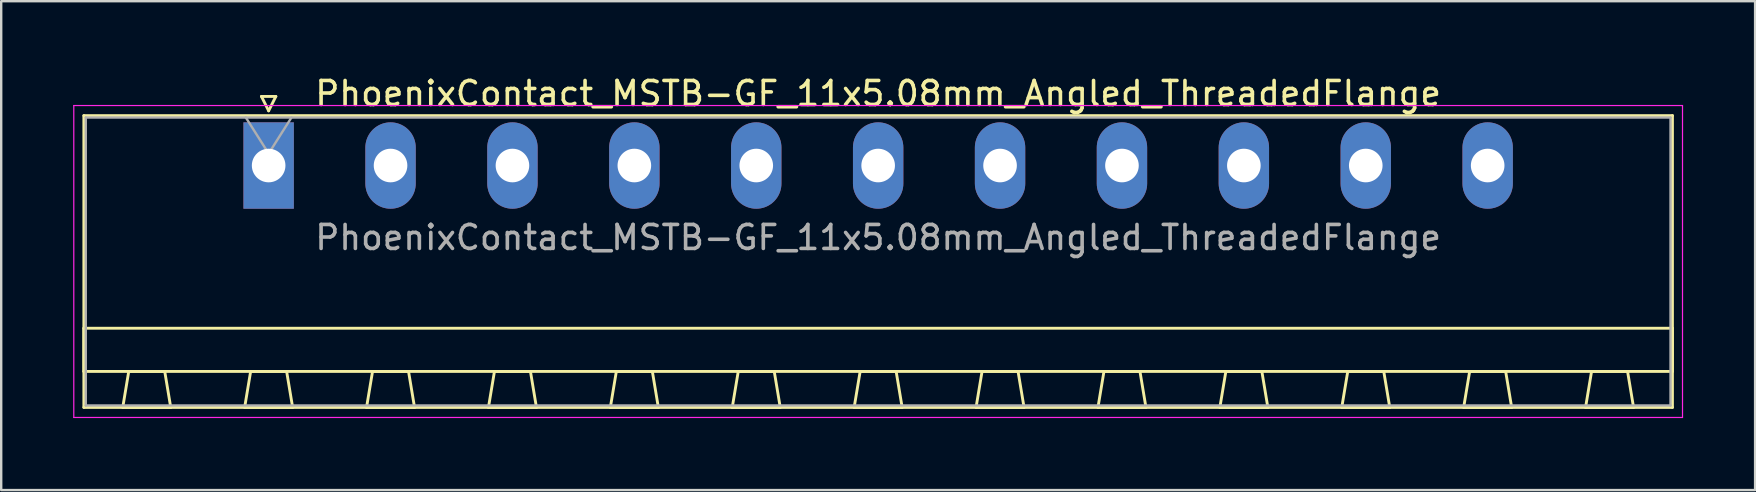
<source format=kicad_pcb>
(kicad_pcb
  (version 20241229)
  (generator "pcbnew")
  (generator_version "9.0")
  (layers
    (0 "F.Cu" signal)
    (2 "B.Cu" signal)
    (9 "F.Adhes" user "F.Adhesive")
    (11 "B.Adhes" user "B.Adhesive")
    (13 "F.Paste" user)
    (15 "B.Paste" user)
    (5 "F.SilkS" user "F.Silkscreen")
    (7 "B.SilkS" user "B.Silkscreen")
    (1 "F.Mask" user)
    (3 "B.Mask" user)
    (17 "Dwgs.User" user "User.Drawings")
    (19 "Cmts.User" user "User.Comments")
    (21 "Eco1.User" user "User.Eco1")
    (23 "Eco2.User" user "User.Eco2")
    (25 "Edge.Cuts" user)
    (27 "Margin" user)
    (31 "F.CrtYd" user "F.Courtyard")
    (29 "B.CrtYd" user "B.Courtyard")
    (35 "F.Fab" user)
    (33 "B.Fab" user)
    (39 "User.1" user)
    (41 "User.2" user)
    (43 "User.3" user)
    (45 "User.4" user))
  (footprint "PhoenixContact_MSTB-GF_11x5.08mm_Angled_ThreadedFlange"
    (layer "F.Cu")
    (at 8.145 3.848)
    (property "Reference" "PhoenixContact_MSTB-GF_11x5.08mm_Angled_ThreadedFlange" (at 25.4 -3 0) (layer "F.SilkS") (effects (font (size 1 1) (thickness 0.15))))
    (attr through_hole)
    (fp_line (start -7.7 -2.08) (end -7.7 10.08) (stroke (width 0.12) (type solid)) (layer "F.SilkS"))
    (fp_line (start -7.7 6.78) (end 58.5 6.78) (stroke (width 0.12) (type solid)) (layer "F.SilkS"))
    (fp_line (start -7.7 8.58) (end -7.7 6.78) (stroke (width 0.12) (type solid)) (layer "F.SilkS"))
    (fp_line (start -7.7 10.08) (end 58.5 10.08) (stroke (width 0.12) (type solid)) (layer "F.SilkS"))
    (fp_line (start -6.08 10.08) (end -4.08 10.08) (stroke (width 0.12) (type solid)) (layer "F.SilkS"))
    (fp_line (start -5.83 8.58) (end -6.08 10.08) (stroke (width 0.12) (type solid)) (layer "F.SilkS"))
    (fp_line (start -4.33 8.58) (end -5.83 8.58) (stroke (width 0.12) (type solid)) (layer "F.SilkS"))
    (fp_line (start -4.08 10.08) (end -4.33 8.58) (stroke (width 0.12) (type solid)) (layer "F.SilkS"))
    (fp_line (start -1 10.08) (end 1 10.08) (stroke (width 0.12) (type solid)) (layer "F.SilkS"))
    (fp_line (start -0.75 8.58) (end -1 10.08) (stroke (width 0.12) (type solid)) (layer "F.SilkS"))
    (fp_line (start -0.3 -2.88) (end 0.3 -2.88) (stroke (width 0.12) (type solid)) (layer "F.SilkS"))
    (fp_line (start 0 -2.28) (end -0.3 -2.88) (stroke (width 0.12) (type solid)) (layer "F.SilkS"))
    (fp_line (start 0.3 -2.88) (end 0 -2.28) (stroke (width 0.12) (type solid)) (layer "F.SilkS"))
    (fp_line (start 0.75 8.58) (end -0.75 8.58) (stroke (width 0.12) (type solid)) (layer "F.SilkS"))
    (fp_line (start 1 10.08) (end 0.75 8.58) (stroke (width 0.12) (type solid)) (layer "F.SilkS"))
    (fp_line (start 4.08 10.08) (end 6.08 10.08) (stroke (width 0.12) (type solid)) (layer "F.SilkS"))
    (fp_line (start 4.33 8.58) (end 4.08 10.08) (stroke (width 0.12) (type solid)) (layer "F.SilkS"))
    (fp_line (start 5.83 8.58) (end 4.33 8.58) (stroke (width 0.12) (type solid)) (layer "F.SilkS"))
    (fp_line (start 6.08 10.08) (end 5.83 8.58) (stroke (width 0.12) (type solid)) (layer "F.SilkS"))
    (fp_line (start 9.16 10.08) (end 11.16 10.08) (stroke (width 0.12) (type solid)) (layer "F.SilkS"))
    (fp_line (start 9.41 8.58) (end 9.16 10.08) (stroke (width 0.12) (type solid)) (layer "F.SilkS"))
    (fp_line (start 10.91 8.58) (end 9.41 8.58) (stroke (width 0.12) (type solid)) (layer "F.SilkS"))
    (fp_line (start 11.16 10.08) (end 10.91 8.58) (stroke (width 0.12) (type solid)) (layer "F.SilkS"))
    (fp_line (start 14.24 10.08) (end 16.24 10.08) (stroke (width 0.12) (type solid)) (layer "F.SilkS"))
    (fp_line (start 14.49 8.58) (end 14.24 10.08) (stroke (width 0.12) (type solid)) (layer "F.SilkS"))
    (fp_line (start 15.99 8.58) (end 14.49 8.58) (stroke (width 0.12) (type solid)) (layer "F.SilkS"))
    (fp_line (start 16.24 10.08) (end 15.99 8.58) (stroke (width 0.12) (type solid)) (layer "F.SilkS"))
    (fp_line (start 19.32 10.08) (end 21.32 10.08) (stroke (width 0.12) (type solid)) (layer "F.SilkS"))
    (fp_line (start 19.57 8.58) (end 19.32 10.08) (stroke (width 0.12) (type solid)) (layer "F.SilkS"))
    (fp_line (start 21.07 8.58) (end 19.57 8.58) (stroke (width 0.12) (type solid)) (layer "F.SilkS"))
    (fp_line (start 21.32 10.08) (end 21.07 8.58) (stroke (width 0.12) (type solid)) (layer "F.SilkS"))
    (fp_line (start 24.4 10.08) (end 26.4 10.08) (stroke (width 0.12) (type solid)) (layer "F.SilkS"))
    (fp_line (start 24.65 8.58) (end 24.4 10.08) (stroke (width 0.12) (type solid)) (layer "F.SilkS"))
    (fp_line (start 26.15 8.58) (end 24.65 8.58) (stroke (width 0.12) (type solid)) (layer "F.SilkS"))
    (fp_line (start 26.4 10.08) (end 26.15 8.58) (stroke (width 0.12) (type solid)) (layer "F.SilkS"))
    (fp_line (start 29.48 10.08) (end 31.48 10.08) (stroke (width 0.12) (type solid)) (layer "F.SilkS"))
    (fp_line (start 29.73 8.58) (end 29.48 10.08) (stroke (width 0.12) (type solid)) (layer "F.SilkS"))
    (fp_line (start 31.23 8.58) (end 29.73 8.58) (stroke (width 0.12) (type solid)) (layer "F.SilkS"))
    (fp_line (start 31.48 10.08) (end 31.23 8.58) (stroke (width 0.12) (type solid)) (layer "F.SilkS"))
    (fp_line (start 34.56 10.08) (end 36.56 10.08) (stroke (width 0.12) (type solid)) (layer "F.SilkS"))
    (fp_line (start 34.81 8.58) (end 34.56 10.08) (stroke (width 0.12) (type solid)) (layer "F.SilkS"))
    (fp_line (start 36.31 8.58) (end 34.81 8.58) (stroke (width 0.12) (type solid)) (layer "F.SilkS"))
    (fp_line (start 36.56 10.08) (end 36.31 8.58) (stroke (width 0.12) (type solid)) (layer "F.SilkS"))
    (fp_line (start 39.64 10.08) (end 41.64 10.08) (stroke (width 0.12) (type solid)) (layer "F.SilkS"))
    (fp_line (start 39.89 8.58) (end 39.64 10.08) (stroke (width 0.12) (type solid)) (layer "F.SilkS"))
    (fp_line (start 41.39 8.58) (end 39.89 8.58) (stroke (width 0.12) (type solid)) (layer "F.SilkS"))
    (fp_line (start 41.64 10.08) (end 41.39 8.58) (stroke (width 0.12) (type solid)) (layer "F.SilkS"))
    (fp_line (start 44.72 10.08) (end 46.72 10.08) (stroke (width 0.12) (type solid)) (layer "F.SilkS"))
    (fp_line (start 44.97 8.58) (end 44.72 10.08) (stroke (width 0.12) (type solid)) (layer "F.SilkS"))
    (fp_line (start 46.47 8.58) (end 44.97 8.58) (stroke (width 0.12) (type solid)) (layer "F.SilkS"))
    (fp_line (start 46.72 10.08) (end 46.47 8.58) (stroke (width 0.12) (type solid)) (layer "F.SilkS"))
    (fp_line (start 49.8 10.08) (end 51.8 10.08) (stroke (width 0.12) (type solid)) (layer "F.SilkS"))
    (fp_line (start 50.05 8.58) (end 49.8 10.08) (stroke (width 0.12) (type solid)) (layer "F.SilkS"))
    (fp_line (start 51.55 8.58) (end 50.05 8.58) (stroke (width 0.12) (type solid)) (layer "F.SilkS"))
    (fp_line (start 51.8 10.08) (end 51.55 8.58) (stroke (width 0.12) (type solid)) (layer "F.SilkS"))
    (fp_line (start 54.88 10.08) (end 56.88 10.08) (stroke (width 0.12) (type solid)) (layer "F.SilkS"))
    (fp_line (start 55.13 8.58) (end 54.88 10.08) (stroke (width 0.12) (type solid)) (layer "F.SilkS"))
    (fp_line (start 56.63 8.58) (end 55.13 8.58) (stroke (width 0.12) (type solid)) (layer "F.SilkS"))
    (fp_line (start 56.88 10.08) (end 56.63 8.58) (stroke (width 0.12) (type solid)) (layer "F.SilkS"))
    (fp_line (start 58.5 -2.08) (end -7.7 -2.08) (stroke (width 0.12) (type solid)) (layer "F.SilkS"))
    (fp_line (start 58.5 6.78) (end 58.5 8.58) (stroke (width 0.12) (type solid)) (layer "F.SilkS"))
    (fp_line (start 58.5 8.58) (end -7.7 8.58) (stroke (width 0.12) (type solid)) (layer "F.SilkS"))
    (fp_line (start 58.5 10.08) (end 58.5 -2.08) (stroke (width 0.12) (type solid)) (layer "F.SilkS"))
    (fp_line (start -8.12 -2.5) (end -8.12 10.5) (stroke (width 0.05) (type solid)) (layer "F.CrtYd"))
    (fp_line (start -8.12 10.5) (end 58.92 10.5) (stroke (width 0.05) (type solid)) (layer "F.CrtYd"))
    (fp_line (start 58.92 -2.5) (end -8.12 -2.5) (stroke (width 0.05) (type solid)) (layer "F.CrtYd"))
    (fp_line (start 58.92 10.5) (end 58.92 -2.5) (stroke (width 0.05) (type solid)) (layer "F.CrtYd"))
    (fp_line (start -7.62 -2) (end -7.62 10) (stroke (width 0.1) (type solid)) (layer "F.Fab"))
    (fp_line (start -7.62 10) (end 58.42 10) (stroke (width 0.1) (type solid)) (layer "F.Fab"))
    (fp_line (start 0 -0.5) (end -0.95 -2) (stroke (width 0.1) (type solid)) (layer "F.Fab"))
    (fp_line (start 0.95 -2) (end 0 -0.5) (stroke (width 0.1) (type solid)) (layer "F.Fab"))
    (fp_line (start 58.42 -2) (end -7.62 -2) (stroke (width 0.1) (type solid)) (layer "F.Fab"))
    (fp_line (start 58.42 10) (end 58.42 -2) (stroke (width 0.1) (type solid)) (layer "F.Fab"))
    (fp_text user "${REFERENCE}" (at 25.4 3 0) (layer "F.Fab") (effects (font (size 1 1) (thickness 0.15))))
    (pad "1" thru_hole rect (at 0 0) (size 2.1 3.6) (drill 1.4) (layers "*.Cu" "*.Mask"))
    (pad "2" thru_hole oval (at 5.08 0) (size 2.1 3.6) (drill 1.4) (layers "*.Cu" "*.Mask"))
    (pad "3" thru_hole oval (at 10.16 0) (size 2.1 3.6) (drill 1.4) (layers "*.Cu" "*.Mask"))
    (pad "4" thru_hole oval (at 15.24 0) (size 2.1 3.6) (drill 1.4) (layers "*.Cu" "*.Mask"))
    (pad "5" thru_hole oval (at 20.32 0) (size 2.1 3.6) (drill 1.4) (layers "*.Cu" "*.Mask"))
    (pad "6" thru_hole oval (at 25.4 0) (size 2.1 3.6) (drill 1.4) (layers "*.Cu" "*.Mask"))
    (pad "7" thru_hole oval (at 30.48 0) (size 2.1 3.6) (drill 1.4) (layers "*.Cu" "*.Mask"))
    (pad "8" thru_hole oval (at 35.56 0) (size 2.1 3.6) (drill 1.4) (layers "*.Cu" "*.Mask"))
    (pad "9" thru_hole oval (at 40.64 0) (size 2.1 3.6) (drill 1.4) (layers "*.Cu" "*.Mask"))
    (pad "10" thru_hole oval (at 45.72 0) (size 2.1 3.6) (drill 1.4) (layers "*.Cu" "*.Mask"))
    (pad "11" thru_hole oval (at 50.8 0) (size 2.1 3.6) (drill 1.4) (layers "*.Cu" "*.Mask")))
  (gr_rect
    (start -3 -3)
    (end 70.09 17.373)
    (stroke (width 0.1) (type default))
    (fill no)
    (layer "Edge.Cuts")))
</source>
